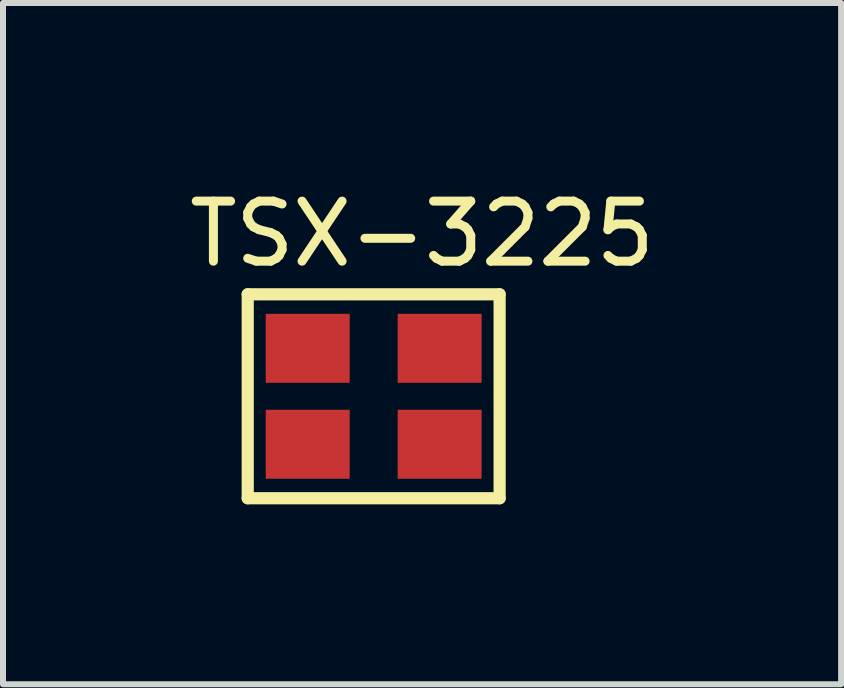
<source format=kicad_pcb>
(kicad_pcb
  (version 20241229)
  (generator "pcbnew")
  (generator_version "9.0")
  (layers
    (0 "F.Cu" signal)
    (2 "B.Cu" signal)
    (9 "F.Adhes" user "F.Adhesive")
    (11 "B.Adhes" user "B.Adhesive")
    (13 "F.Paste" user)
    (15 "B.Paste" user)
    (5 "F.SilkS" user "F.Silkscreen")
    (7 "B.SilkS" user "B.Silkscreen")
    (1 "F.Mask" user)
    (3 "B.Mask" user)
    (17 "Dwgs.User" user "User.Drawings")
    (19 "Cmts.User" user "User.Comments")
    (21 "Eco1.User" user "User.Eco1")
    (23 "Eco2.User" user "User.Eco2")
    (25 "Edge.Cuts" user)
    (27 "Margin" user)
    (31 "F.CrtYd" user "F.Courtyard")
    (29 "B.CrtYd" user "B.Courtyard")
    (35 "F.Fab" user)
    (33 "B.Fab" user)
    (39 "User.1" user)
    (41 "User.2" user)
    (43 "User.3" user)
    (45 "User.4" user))
  (footprint "TSX-3225"
    (layer "F.Cu")
    (at 2.08 2.757)
    (property "Reference" "TSX-3225" (at 1.908 -1.908 0) (layer "F.SilkS") (effects (font (size 1.001 1.001) (thickness 0.15))))
    (attr smd)
    (fp_line (start -1 -0.9) (end 3.2 -0.9) (stroke (width 0.203) (type solid)) (layer "F.SilkS"))
    (fp_line (start -1 2.5) (end -1 -0.9) (stroke (width 0.203) (type solid)) (layer "F.SilkS"))
    (fp_line (start 3.2 -0.9) (end 3.2 2.5) (stroke (width 0.203) (type solid)) (layer "F.SilkS"))
    (fp_line (start 3.2 2.5) (end -1 2.5) (stroke (width 0.203) (type solid)) (layer "F.SilkS"))
    (pad "1" smd rect (at 0 1.6) (size 1.4 1.15) (layers "F.Cu" "F.Mask" "F.Paste"))
    (pad "2" smd rect (at 2.2 1.6) (size 1.4 1.15) (layers "F.Cu" "F.Mask" "F.Paste"))
    (pad "3" smd rect (at 2.2 0 180) (size 1.4 1.15) (layers "F.Cu" "F.Mask" "F.Paste"))
    (pad "4" smd rect (at 0 0 180) (size 1.4 1.15) (layers "F.Cu" "F.Mask" "F.Paste")))
  (gr_rect
    (start -3 -3)
    (end 10.974 8.358)
    (stroke (width 0.1) (type default))
    (fill no)
    (layer "Edge.Cuts")))
</source>
